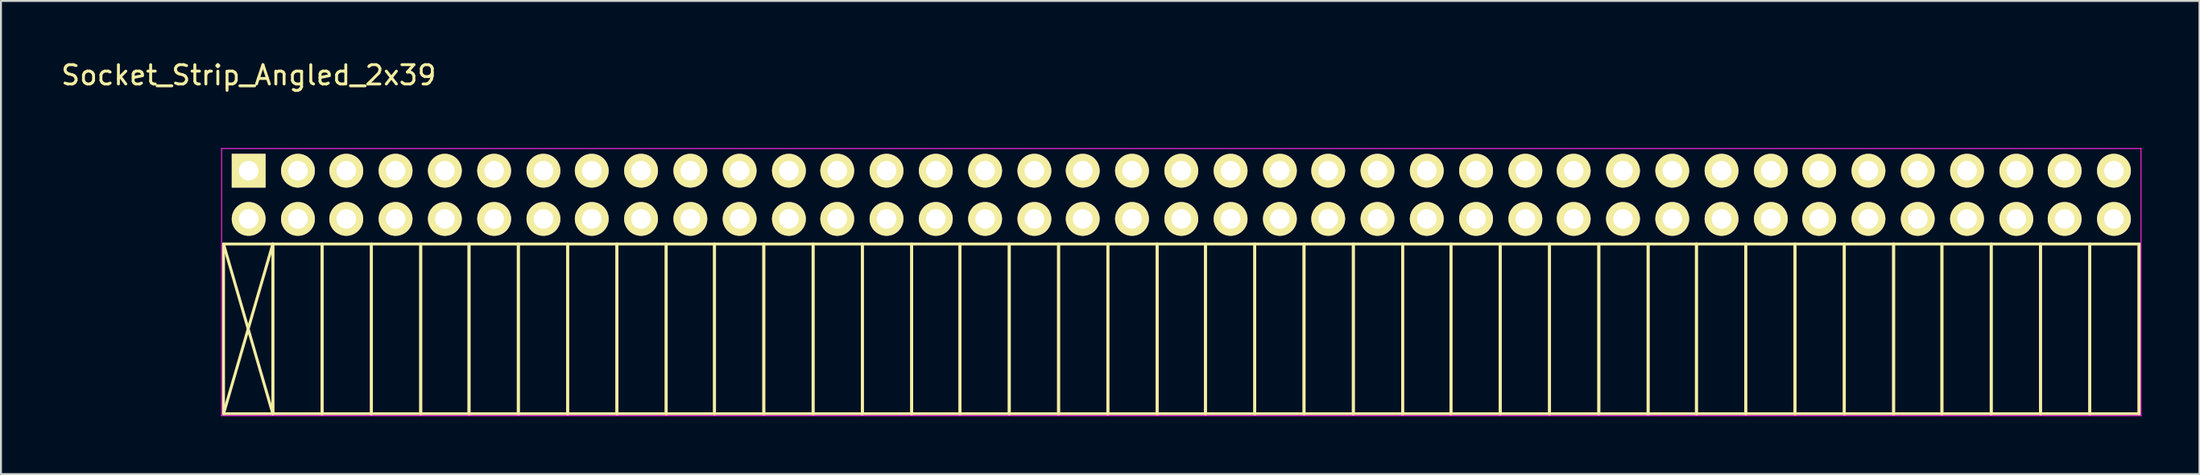
<source format=kicad_pcb>
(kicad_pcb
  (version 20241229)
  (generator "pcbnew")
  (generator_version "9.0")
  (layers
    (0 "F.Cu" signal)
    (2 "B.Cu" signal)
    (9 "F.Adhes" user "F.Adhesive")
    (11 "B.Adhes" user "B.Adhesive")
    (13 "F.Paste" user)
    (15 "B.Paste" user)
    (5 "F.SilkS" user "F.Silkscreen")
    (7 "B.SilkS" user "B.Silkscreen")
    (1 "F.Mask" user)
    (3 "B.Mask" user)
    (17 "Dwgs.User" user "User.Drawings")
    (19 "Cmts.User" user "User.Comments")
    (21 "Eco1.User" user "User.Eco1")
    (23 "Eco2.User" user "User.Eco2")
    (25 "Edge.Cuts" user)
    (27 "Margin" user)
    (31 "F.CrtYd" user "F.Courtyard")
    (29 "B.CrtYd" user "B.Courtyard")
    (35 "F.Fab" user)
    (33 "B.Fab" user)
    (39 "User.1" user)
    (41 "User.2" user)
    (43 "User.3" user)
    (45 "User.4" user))
  (footprint "Socket_Strip_Angled_2x39"
    (layer "F.Cu")
    (at 9.815 5.798)
    (property "Reference" "Socket_Strip_Angled_2x39" (at 0 -4.95 0) (layer "F.SilkS") (effects (font (size 1 1) (thickness 0.15))))
    (attr through_hole)
    (fp_line (start -1.3 3.8) (end -1.3 12.6) (stroke (width 0.15) (type solid)) (layer "F.SilkS"))
    (fp_line (start -1.3 3.8) (end 1.25 3.8) (stroke (width 0.15) (type solid)) (layer "F.SilkS"))
    (fp_line (start -1.3 3.8) (end 1.25 12.6) (stroke (width 0.15) (type solid)) (layer "F.SilkS"))
    (fp_line (start -1.3 12.6) (end 1.25 3.8) (stroke (width 0.15) (type solid)) (layer "F.SilkS"))
    (fp_line (start -1.3 12.6) (end 1.25 12.6) (stroke (width 0.15) (type solid)) (layer "F.SilkS"))
    (fp_line (start 1.25 3.8) (end 1.25 12.6) (stroke (width 0.15) (type solid)) (layer "F.SilkS"))
    (fp_line (start 1.25 3.8) (end 3.8 3.8) (stroke (width 0.15) (type solid)) (layer "F.SilkS"))
    (fp_line (start 1.25 12.6) (end 1.25 3.8) (stroke (width 0.15) (type solid)) (layer "F.SilkS"))
    (fp_line (start 1.25 12.6) (end 3.8 12.6) (stroke (width 0.15) (type solid)) (layer "F.SilkS"))
    (fp_line (start 3.8 3.8) (end 3.8 12.6) (stroke (width 0.15) (type solid)) (layer "F.SilkS"))
    (fp_line (start 3.8 3.8) (end 6.35 3.8) (stroke (width 0.15) (type solid)) (layer "F.SilkS"))
    (fp_line (start 3.8 12.6) (end 3.8 3.8) (stroke (width 0.15) (type solid)) (layer "F.SilkS"))
    (fp_line (start 3.8 12.6) (end 6.35 12.6) (stroke (width 0.15) (type solid)) (layer "F.SilkS"))
    (fp_line (start 6.35 3.8) (end 6.35 12.6) (stroke (width 0.15) (type solid)) (layer "F.SilkS"))
    (fp_line (start 6.35 3.8) (end 8.9 3.8) (stroke (width 0.15) (type solid)) (layer "F.SilkS"))
    (fp_line (start 6.35 12.6) (end 6.35 3.8) (stroke (width 0.15) (type solid)) (layer "F.SilkS"))
    (fp_line (start 6.35 12.6) (end 8.9 12.6) (stroke (width 0.15) (type solid)) (layer "F.SilkS"))
    (fp_line (start 8.9 3.8) (end 8.9 12.6) (stroke (width 0.15) (type solid)) (layer "F.SilkS"))
    (fp_line (start 8.9 3.8) (end 11.4 3.8) (stroke (width 0.15) (type solid)) (layer "F.SilkS"))
    (fp_line (start 8.9 12.6) (end 8.9 3.8) (stroke (width 0.15) (type solid)) (layer "F.SilkS"))
    (fp_line (start 8.9 12.6) (end 11.4 12.6) (stroke (width 0.15) (type solid)) (layer "F.SilkS"))
    (fp_line (start 11.4 3.8) (end 11.4 12.6) (stroke (width 0.15) (type solid)) (layer "F.SilkS"))
    (fp_line (start 11.4 3.8) (end 13.95 3.8) (stroke (width 0.15) (type solid)) (layer "F.SilkS"))
    (fp_line (start 11.4 12.6) (end 11.4 3.8) (stroke (width 0.15) (type solid)) (layer "F.SilkS"))
    (fp_line (start 11.4 12.6) (end 13.95 12.6) (stroke (width 0.15) (type solid)) (layer "F.SilkS"))
    (fp_line (start 13.95 3.8) (end 13.95 12.6) (stroke (width 0.15) (type solid)) (layer "F.SilkS"))
    (fp_line (start 13.95 3.8) (end 16.5 3.8) (stroke (width 0.15) (type solid)) (layer "F.SilkS"))
    (fp_line (start 13.95 12.6) (end 13.95 3.8) (stroke (width 0.15) (type solid)) (layer "F.SilkS"))
    (fp_line (start 13.95 12.6) (end 16.5 12.6) (stroke (width 0.15) (type solid)) (layer "F.SilkS"))
    (fp_line (start 16.5 3.8) (end 16.5 12.6) (stroke (width 0.15) (type solid)) (layer "F.SilkS"))
    (fp_line (start 16.5 3.8) (end 19.05 3.8) (stroke (width 0.15) (type solid)) (layer "F.SilkS"))
    (fp_line (start 16.5 12.6) (end 16.5 3.8) (stroke (width 0.15) (type solid)) (layer "F.SilkS"))
    (fp_line (start 16.5 12.6) (end 19.05 12.6) (stroke (width 0.15) (type solid)) (layer "F.SilkS"))
    (fp_line (start 19.05 3.8) (end 19.05 12.6) (stroke (width 0.15) (type solid)) (layer "F.SilkS"))
    (fp_line (start 19.05 3.8) (end 21.6 3.8) (stroke (width 0.15) (type solid)) (layer "F.SilkS"))
    (fp_line (start 19.05 12.6) (end 19.05 3.8) (stroke (width 0.15) (type solid)) (layer "F.SilkS"))
    (fp_line (start 19.05 12.6) (end 21.6 12.6) (stroke (width 0.15) (type solid)) (layer "F.SilkS"))
    (fp_line (start 21.6 3.8) (end 21.6 12.6) (stroke (width 0.15) (type solid)) (layer "F.SilkS"))
    (fp_line (start 21.6 3.8) (end 24.1 3.8) (stroke (width 0.15) (type solid)) (layer "F.SilkS"))
    (fp_line (start 21.6 12.6) (end 21.6 3.8) (stroke (width 0.15) (type solid)) (layer "F.SilkS"))
    (fp_line (start 21.6 12.6) (end 24.1 12.6) (stroke (width 0.15) (type solid)) (layer "F.SilkS"))
    (fp_line (start 24.1 3.8) (end 24.1 12.6) (stroke (width 0.15) (type solid)) (layer "F.SilkS"))
    (fp_line (start 24.1 3.8) (end 26.65 3.8) (stroke (width 0.15) (type solid)) (layer "F.SilkS"))
    (fp_line (start 24.1 12.6) (end 24.1 3.8) (stroke (width 0.15) (type solid)) (layer "F.SilkS"))
    (fp_line (start 24.1 12.6) (end 26.65 12.6) (stroke (width 0.15) (type solid)) (layer "F.SilkS"))
    (fp_line (start 26.65 3.8) (end 26.65 12.6) (stroke (width 0.15) (type solid)) (layer "F.SilkS"))
    (fp_line (start 26.65 3.8) (end 29.2 3.8) (stroke (width 0.15) (type solid)) (layer "F.SilkS"))
    (fp_line (start 26.65 12.6) (end 26.65 3.8) (stroke (width 0.15) (type solid)) (layer "F.SilkS"))
    (fp_line (start 26.65 12.6) (end 29.2 12.6) (stroke (width 0.15) (type solid)) (layer "F.SilkS"))
    (fp_line (start 29.2 3.8) (end 29.2 12.6) (stroke (width 0.15) (type solid)) (layer "F.SilkS"))
    (fp_line (start 29.2 3.8) (end 31.75 3.8) (stroke (width 0.15) (type solid)) (layer "F.SilkS"))
    (fp_line (start 29.2 12.6) (end 29.2 3.8) (stroke (width 0.15) (type solid)) (layer "F.SilkS"))
    (fp_line (start 29.2 12.6) (end 31.75 12.6) (stroke (width 0.15) (type solid)) (layer "F.SilkS"))
    (fp_line (start 31.75 3.8) (end 31.75 12.6) (stroke (width 0.15) (type solid)) (layer "F.SilkS"))
    (fp_line (start 31.75 3.8) (end 34.3 3.8) (stroke (width 0.15) (type solid)) (layer "F.SilkS"))
    (fp_line (start 31.75 12.6) (end 31.75 3.8) (stroke (width 0.15) (type solid)) (layer "F.SilkS"))
    (fp_line (start 31.75 12.6) (end 34.3 12.6) (stroke (width 0.15) (type solid)) (layer "F.SilkS"))
    (fp_line (start 34.3 3.8) (end 34.3 12.6) (stroke (width 0.15) (type solid)) (layer "F.SilkS"))
    (fp_line (start 34.3 3.8) (end 36.8 3.8) (stroke (width 0.15) (type solid)) (layer "F.SilkS"))
    (fp_line (start 34.3 12.6) (end 34.3 3.8) (stroke (width 0.15) (type solid)) (layer "F.SilkS"))
    (fp_line (start 34.3 12.6) (end 36.8 12.6) (stroke (width 0.15) (type solid)) (layer "F.SilkS"))
    (fp_line (start 36.8 3.8) (end 36.8 12.6) (stroke (width 0.15) (type solid)) (layer "F.SilkS"))
    (fp_line (start 36.8 3.8) (end 39.35 3.8) (stroke (width 0.15) (type solid)) (layer "F.SilkS"))
    (fp_line (start 36.8 12.6) (end 36.8 3.8) (stroke (width 0.15) (type solid)) (layer "F.SilkS"))
    (fp_line (start 36.8 12.6) (end 39.35 12.6) (stroke (width 0.15) (type solid)) (layer "F.SilkS"))
    (fp_line (start 39.35 3.8) (end 39.35 12.6) (stroke (width 0.15) (type solid)) (layer "F.SilkS"))
    (fp_line (start 39.35 3.8) (end 41.9 3.8) (stroke (width 0.15) (type solid)) (layer "F.SilkS"))
    (fp_line (start 39.35 12.6) (end 39.35 3.8) (stroke (width 0.15) (type solid)) (layer "F.SilkS"))
    (fp_line (start 39.35 12.6) (end 41.9 12.6) (stroke (width 0.15) (type solid)) (layer "F.SilkS"))
    (fp_line (start 41.9 3.8) (end 41.9 12.6) (stroke (width 0.15) (type solid)) (layer "F.SilkS"))
    (fp_line (start 41.9 3.8) (end 44.45 3.8) (stroke (width 0.15) (type solid)) (layer "F.SilkS"))
    (fp_line (start 41.9 12.6) (end 41.9 3.8) (stroke (width 0.15) (type solid)) (layer "F.SilkS"))
    (fp_line (start 41.9 12.6) (end 44.45 12.6) (stroke (width 0.15) (type solid)) (layer "F.SilkS"))
    (fp_line (start 44.45 3.8) (end 44.45 12.6) (stroke (width 0.15) (type solid)) (layer "F.SilkS"))
    (fp_line (start 44.45 3.8) (end 47 3.8) (stroke (width 0.15) (type solid)) (layer "F.SilkS"))
    (fp_line (start 44.45 12.6) (end 44.45 3.8) (stroke (width 0.15) (type solid)) (layer "F.SilkS"))
    (fp_line (start 44.45 12.6) (end 47 12.6) (stroke (width 0.15) (type solid)) (layer "F.SilkS"))
    (fp_line (start 47 3.8) (end 47 12.6) (stroke (width 0.15) (type solid)) (layer "F.SilkS"))
    (fp_line (start 47 3.8) (end 49.5 3.8) (stroke (width 0.15) (type solid)) (layer "F.SilkS"))
    (fp_line (start 47 12.6) (end 47 3.8) (stroke (width 0.15) (type solid)) (layer "F.SilkS"))
    (fp_line (start 47 12.6) (end 49.5 12.6) (stroke (width 0.15) (type solid)) (layer "F.SilkS"))
    (fp_line (start 49.5 3.8) (end 49.5 12.6) (stroke (width 0.15) (type solid)) (layer "F.SilkS"))
    (fp_line (start 49.5 3.8) (end 52.05 3.8) (stroke (width 0.15) (type solid)) (layer "F.SilkS"))
    (fp_line (start 49.5 12.6) (end 49.5 3.8) (stroke (width 0.15) (type solid)) (layer "F.SilkS"))
    (fp_line (start 49.5 12.6) (end 52.05 12.6) (stroke (width 0.15) (type solid)) (layer "F.SilkS"))
    (fp_line (start 52.05 3.8) (end 52.05 12.6) (stroke (width 0.15) (type solid)) (layer "F.SilkS"))
    (fp_line (start 52.05 3.8) (end 54.6 3.8) (stroke (width 0.15) (type solid)) (layer "F.SilkS"))
    (fp_line (start 52.05 12.6) (end 52.05 3.8) (stroke (width 0.15) (type solid)) (layer "F.SilkS"))
    (fp_line (start 52.05 12.6) (end 54.6 12.6) (stroke (width 0.15) (type solid)) (layer "F.SilkS"))
    (fp_line (start 54.6 3.8) (end 54.6 12.6) (stroke (width 0.15) (type solid)) (layer "F.SilkS"))
    (fp_line (start 54.6 3.8) (end 57.15 3.8) (stroke (width 0.15) (type solid)) (layer "F.SilkS"))
    (fp_line (start 54.6 12.6) (end 54.6 3.8) (stroke (width 0.15) (type solid)) (layer "F.SilkS"))
    (fp_line (start 54.6 12.6) (end 57.15 12.6) (stroke (width 0.15) (type solid)) (layer "F.SilkS"))
    (fp_line (start 57.15 3.8) (end 57.15 12.6) (stroke (width 0.15) (type solid)) (layer "F.SilkS"))
    (fp_line (start 57.15 3.8) (end 59.7 3.8) (stroke (width 0.15) (type solid)) (layer "F.SilkS"))
    (fp_line (start 57.15 12.6) (end 57.15 3.8) (stroke (width 0.15) (type solid)) (layer "F.SilkS"))
    (fp_line (start 57.15 12.6) (end 59.7 12.6) (stroke (width 0.15) (type solid)) (layer "F.SilkS"))
    (fp_line (start 59.7 3.8) (end 59.7 12.6) (stroke (width 0.15) (type solid)) (layer "F.SilkS"))
    (fp_line (start 59.7 3.8) (end 62.2 3.8) (stroke (width 0.15) (type solid)) (layer "F.SilkS"))
    (fp_line (start 59.7 12.6) (end 59.7 3.8) (stroke (width 0.15) (type solid)) (layer "F.SilkS"))
    (fp_line (start 59.7 12.6) (end 62.2 12.6) (stroke (width 0.15) (type solid)) (layer "F.SilkS"))
    (fp_line (start 62.2 3.8) (end 62.2 12.6) (stroke (width 0.15) (type solid)) (layer "F.SilkS"))
    (fp_line (start 62.2 3.8) (end 64.75 3.8) (stroke (width 0.15) (type solid)) (layer "F.SilkS"))
    (fp_line (start 62.2 12.6) (end 62.2 3.8) (stroke (width 0.15) (type solid)) (layer "F.SilkS"))
    (fp_line (start 62.2 12.6) (end 64.75 12.6) (stroke (width 0.15) (type solid)) (layer "F.SilkS"))
    (fp_line (start 64.75 3.8) (end 64.75 12.6) (stroke (width 0.15) (type solid)) (layer "F.SilkS"))
    (fp_line (start 64.75 3.8) (end 67.3 3.8) (stroke (width 0.15) (type solid)) (layer "F.SilkS"))
    (fp_line (start 64.75 12.6) (end 64.75 3.8) (stroke (width 0.15) (type solid)) (layer "F.SilkS"))
    (fp_line (start 64.75 12.6) (end 67.3 12.6) (stroke (width 0.15) (type solid)) (layer "F.SilkS"))
    (fp_line (start 67.3 3.8) (end 67.3 12.6) (stroke (width 0.15) (type solid)) (layer "F.SilkS"))
    (fp_line (start 67.3 3.8) (end 69.85 3.8) (stroke (width 0.15) (type solid)) (layer "F.SilkS"))
    (fp_line (start 67.3 12.6) (end 67.3 3.8) (stroke (width 0.15) (type solid)) (layer "F.SilkS"))
    (fp_line (start 67.3 12.6) (end 69.85 12.6) (stroke (width 0.15) (type solid)) (layer "F.SilkS"))
    (fp_line (start 69.85 3.8) (end 69.85 12.6) (stroke (width 0.15) (type solid)) (layer "F.SilkS"))
    (fp_line (start 69.85 3.8) (end 72.4 3.8) (stroke (width 0.15) (type solid)) (layer "F.SilkS"))
    (fp_line (start 69.85 12.6) (end 69.85 3.8) (stroke (width 0.15) (type solid)) (layer "F.SilkS"))
    (fp_line (start 69.85 12.6) (end 72.4 12.6) (stroke (width 0.15) (type solid)) (layer "F.SilkS"))
    (fp_line (start 72.4 3.8) (end 72.4 12.6) (stroke (width 0.15) (type solid)) (layer "F.SilkS"))
    (fp_line (start 72.4 3.8) (end 74.9 3.8) (stroke (width 0.15) (type solid)) (layer "F.SilkS"))
    (fp_line (start 72.4 12.6) (end 72.4 3.8) (stroke (width 0.15) (type solid)) (layer "F.SilkS"))
    (fp_line (start 72.4 12.6) (end 74.9 12.6) (stroke (width 0.15) (type solid)) (layer "F.SilkS"))
    (fp_line (start 74.9 3.8) (end 74.9 12.6) (stroke (width 0.15) (type solid)) (layer "F.SilkS"))
    (fp_line (start 74.9 3.8) (end 77.45 3.8) (stroke (width 0.15) (type solid)) (layer "F.SilkS"))
    (fp_line (start 74.9 12.6) (end 74.9 3.8) (stroke (width 0.15) (type solid)) (layer "F.SilkS"))
    (fp_line (start 74.9 12.6) (end 77.45 12.6) (stroke (width 0.15) (type solid)) (layer "F.SilkS"))
    (fp_line (start 77.45 3.8) (end 77.45 12.6) (stroke (width 0.15) (type solid)) (layer "F.SilkS"))
    (fp_line (start 77.45 3.8) (end 80 3.8) (stroke (width 0.15) (type solid)) (layer "F.SilkS"))
    (fp_line (start 77.45 12.6) (end 77.45 3.8) (stroke (width 0.15) (type solid)) (layer "F.SilkS"))
    (fp_line (start 77.45 12.6) (end 80 12.6) (stroke (width 0.15) (type solid)) (layer "F.SilkS"))
    (fp_line (start 80 3.8) (end 80 12.6) (stroke (width 0.15) (type solid)) (layer "F.SilkS"))
    (fp_line (start 80 3.8) (end 82.55 3.8) (stroke (width 0.15) (type solid)) (layer "F.SilkS"))
    (fp_line (start 80 12.6) (end 80 3.8) (stroke (width 0.15) (type solid)) (layer "F.SilkS"))
    (fp_line (start 80 12.6) (end 82.55 12.6) (stroke (width 0.15) (type solid)) (layer "F.SilkS"))
    (fp_line (start 82.55 3.8) (end 82.55 12.6) (stroke (width 0.15) (type solid)) (layer "F.SilkS"))
    (fp_line (start 82.55 3.8) (end 85.1 3.8) (stroke (width 0.15) (type solid)) (layer "F.SilkS"))
    (fp_line (start 82.55 12.6) (end 82.55 3.8) (stroke (width 0.15) (type solid)) (layer "F.SilkS"))
    (fp_line (start 82.55 12.6) (end 85.1 12.6) (stroke (width 0.15) (type solid)) (layer "F.SilkS"))
    (fp_line (start 85.1 3.8) (end 85.1 12.6) (stroke (width 0.15) (type solid)) (layer "F.SilkS"))
    (fp_line (start 85.1 3.8) (end 87.6 3.8) (stroke (width 0.15) (type solid)) (layer "F.SilkS"))
    (fp_line (start 85.1 12.6) (end 85.1 3.8) (stroke (width 0.15) (type solid)) (layer "F.SilkS"))
    (fp_line (start 85.1 12.6) (end 87.6 12.6) (stroke (width 0.15) (type solid)) (layer "F.SilkS"))
    (fp_line (start 87.6 3.8) (end 87.6 12.6) (stroke (width 0.15) (type solid)) (layer "F.SilkS"))
    (fp_line (start 87.6 3.8) (end 90.15 3.8) (stroke (width 0.15) (type solid)) (layer "F.SilkS"))
    (fp_line (start 87.6 12.6) (end 87.6 3.8) (stroke (width 0.15) (type solid)) (layer "F.SilkS"))
    (fp_line (start 87.6 12.6) (end 90.15 12.6) (stroke (width 0.15) (type solid)) (layer "F.SilkS"))
    (fp_line (start 90.15 3.8) (end 90.15 12.6) (stroke (width 0.15) (type solid)) (layer "F.SilkS"))
    (fp_line (start 90.15 3.8) (end 92.7 3.8) (stroke (width 0.15) (type solid)) (layer "F.SilkS"))
    (fp_line (start 90.15 12.6) (end 90.15 3.8) (stroke (width 0.15) (type solid)) (layer "F.SilkS"))
    (fp_line (start 90.15 12.6) (end 92.7 12.6) (stroke (width 0.15) (type solid)) (layer "F.SilkS"))
    (fp_line (start 92.7 3.8) (end 92.7 12.6) (stroke (width 0.15) (type solid)) (layer "F.SilkS"))
    (fp_line (start 92.7 3.8) (end 95.25 3.8) (stroke (width 0.15) (type solid)) (layer "F.SilkS"))
    (fp_line (start 92.7 12.6) (end 92.7 3.8) (stroke (width 0.15) (type solid)) (layer "F.SilkS"))
    (fp_line (start 92.7 12.6) (end 95.25 12.6) (stroke (width 0.15) (type solid)) (layer "F.SilkS"))
    (fp_line (start 95.25 3.8) (end 95.25 12.6) (stroke (width 0.15) (type solid)) (layer "F.SilkS"))
    (fp_line (start 95.25 3.8) (end 97.8 3.8) (stroke (width 0.15) (type solid)) (layer "F.SilkS"))
    (fp_line (start 95.25 12.6) (end 95.25 3.8) (stroke (width 0.15) (type solid)) (layer "F.SilkS"))
    (fp_line (start 95.25 12.6) (end 97.8 12.6) (stroke (width 0.15) (type solid)) (layer "F.SilkS"))
    (fp_line (start 97.8 3.8) (end 97.8 12.6) (stroke (width 0.15) (type solid)) (layer "F.SilkS"))
    (fp_line (start 97.8 12.6) (end 97.8 3.8) (stroke (width 0.15) (type solid)) (layer "F.SilkS"))
    (fp_line (start -1.4 -1.15) (end -1.4 12.7) (stroke (width 0.05) (type solid)) (layer "F.CrtYd"))
    (fp_line (start -1.4 -1.15) (end 97.9 -1.15) (stroke (width 0.05) (type solid)) (layer "F.CrtYd"))
    (fp_line (start -1.4 12.7) (end 97.9 12.7) (stroke (width 0.05) (type solid)) (layer "F.CrtYd"))
    (fp_line (start 97.9 -1.15) (end 97.9 12.7) (stroke (width 0.05) (type solid)) (layer "F.CrtYd"))
    (pad "1" thru_hole rect (at 0 0) (size 1.75 1.75) (drill 1.016) (layers "*.Cu" "*.Mask" "F.SilkS"))
    (pad "2" thru_hole oval (at 0 2.5) (size 1.75 1.75) (drill 1.016) (layers "*.Cu" "*.Mask" "F.SilkS"))
    (pad "3" thru_hole oval (at 2.55 0) (size 1.75 1.75) (drill 1.016) (layers "*.Cu" "*.Mask" "F.SilkS"))
    (pad "4" thru_hole oval (at 2.55 2.5) (size 1.75 1.75) (drill 1.016) (layers "*.Cu" "*.Mask" "F.SilkS"))
    (pad "5" thru_hole oval (at 5.05 0) (size 1.75 1.75) (drill 1.016) (layers "*.Cu" "*.Mask" "F.SilkS"))
    (pad "6" thru_hole oval (at 5.05 2.5) (size 1.75 1.75) (drill 1.016) (layers "*.Cu" "*.Mask" "F.SilkS"))
    (pad "7" thru_hole oval (at 7.6 0) (size 1.75 1.75) (drill 1.016) (layers "*.Cu" "*.Mask" "F.SilkS"))
    (pad "8" thru_hole oval (at 7.6 2.5) (size 1.75 1.75) (drill 1.016) (layers "*.Cu" "*.Mask" "F.SilkS"))
    (pad "9" thru_hole oval (at 10.15 0) (size 1.75 1.75) (drill 1.016) (layers "*.Cu" "*.Mask" "F.SilkS"))
    (pad "10" thru_hole oval (at 10.15 2.5) (size 1.75 1.75) (drill 1.016) (layers "*.Cu" "*.Mask" "F.SilkS"))
    (pad "11" thru_hole oval (at 12.7 0) (size 1.75 1.75) (drill 1.016) (layers "*.Cu" "*.Mask" "F.SilkS"))
    (pad "12" thru_hole oval (at 12.7 2.5) (size 1.75 1.75) (drill 1.016) (layers "*.Cu" "*.Mask" "F.SilkS"))
    (pad "13" thru_hole oval (at 15.25 0) (size 1.75 1.75) (drill 1.016) (layers "*.Cu" "*.Mask" "F.SilkS"))
    (pad "14" thru_hole oval (at 15.25 2.5) (size 1.75 1.75) (drill 1.016) (layers "*.Cu" "*.Mask" "F.SilkS"))
    (pad "15" thru_hole oval (at 17.75 0) (size 1.75 1.75) (drill 1.016) (layers "*.Cu" "*.Mask" "F.SilkS"))
    (pad "16" thru_hole oval (at 17.75 2.5) (size 1.75 1.75) (drill 1.016) (layers "*.Cu" "*.Mask" "F.SilkS"))
    (pad "17" thru_hole oval (at 20.3 0) (size 1.75 1.75) (drill 1.016) (layers "*.Cu" "*.Mask" "F.SilkS"))
    (pad "18" thru_hole oval (at 20.3 2.5) (size 1.75 1.75) (drill 1.016) (layers "*.Cu" "*.Mask" "F.SilkS"))
    (pad "19" thru_hole oval (at 22.85 0) (size 1.75 1.75) (drill 1.016) (layers "*.Cu" "*.Mask" "F.SilkS"))
    (pad "20" thru_hole oval (at 22.85 2.5) (size 1.75 1.75) (drill 1.016) (layers "*.Cu" "*.Mask" "F.SilkS"))
    (pad "21" thru_hole oval (at 25.4 0) (size 1.75 1.75) (drill 1.016) (layers "*.Cu" "*.Mask" "F.SilkS"))
    (pad "22" thru_hole oval (at 25.4 2.5) (size 1.75 1.75) (drill 1.016) (layers "*.Cu" "*.Mask" "F.SilkS"))
    (pad "23" thru_hole oval (at 27.95 0) (size 1.75 1.75) (drill 1.016) (layers "*.Cu" "*.Mask" "F.SilkS"))
    (pad "24" thru_hole oval (at 27.95 2.5) (size 1.75 1.75) (drill 1.016) (layers "*.Cu" "*.Mask" "F.SilkS"))
    (pad "25" thru_hole oval (at 30.45 0) (size 1.75 1.75) (drill 1.016) (layers "*.Cu" "*.Mask" "F.SilkS"))
    (pad "26" thru_hole oval (at 30.45 2.5) (size 1.75 1.75) (drill 1.016) (layers "*.Cu" "*.Mask" "F.SilkS"))
    (pad "27" thru_hole oval (at 33 0) (size 1.75 1.75) (drill 1.016) (layers "*.Cu" "*.Mask" "F.SilkS"))
    (pad "28" thru_hole oval (at 33 2.5) (size 1.75 1.75) (drill 1.016) (layers "*.Cu" "*.Mask" "F.SilkS"))
    (pad "29" thru_hole oval (at 35.55 0) (size 1.75 1.75) (drill 1.016) (layers "*.Cu" "*.Mask" "F.SilkS"))
    (pad "30" thru_hole oval (at 35.55 2.5) (size 1.75 1.75) (drill 1.016) (layers "*.Cu" "*.Mask" "F.SilkS"))
    (pad "31" thru_hole oval (at 38.1 0) (size 1.75 1.75) (drill 1.016) (layers "*.Cu" "*.Mask" "F.SilkS"))
    (pad "32" thru_hole oval (at 38.1 2.5) (size 1.75 1.75) (drill 1.016) (layers "*.Cu" "*.Mask" "F.SilkS"))
    (pad "33" thru_hole oval (at 40.65 0) (size 1.75 1.75) (drill 1.016) (layers "*.Cu" "*.Mask" "F.SilkS"))
    (pad "34" thru_hole oval (at 40.65 2.5) (size 1.75 1.75) (drill 1.016) (layers "*.Cu" "*.Mask" "F.SilkS"))
    (pad "35" thru_hole oval (at 43.15 0) (size 1.75 1.75) (drill 1.016) (layers "*.Cu" "*.Mask" "F.SilkS"))
    (pad "36" thru_hole oval (at 43.15 2.5) (size 1.75 1.75) (drill 1.016) (layers "*.Cu" "*.Mask" "F.SilkS"))
    (pad "37" thru_hole oval (at 45.7 0) (size 1.75 1.75) (drill 1.016) (layers "*.Cu" "*.Mask" "F.SilkS"))
    (pad "38" thru_hole oval (at 45.7 2.5) (size 1.75 1.75) (drill 1.016) (layers "*.Cu" "*.Mask" "F.SilkS"))
    (pad "39" thru_hole oval (at 48.25 0) (size 1.75 1.75) (drill 1.016) (layers "*.Cu" "*.Mask" "F.SilkS"))
    (pad "40" thru_hole oval (at 48.25 2.5) (size 1.75 1.75) (drill 1.016) (layers "*.Cu" "*.Mask" "F.SilkS"))
    (pad "41" thru_hole oval (at 50.8 0) (size 1.75 1.75) (drill 1.016) (layers "*.Cu" "*.Mask" "F.SilkS"))
    (pad "42" thru_hole oval (at 50.8 2.5) (size 1.75 1.75) (drill 1.016) (layers "*.Cu" "*.Mask" "F.SilkS"))
    (pad "43" thru_hole oval (at 53.35 0) (size 1.75 1.75) (drill 1.016) (layers "*.Cu" "*.Mask" "F.SilkS"))
    (pad "44" thru_hole oval (at 53.35 2.5) (size 1.75 1.75) (drill 1.016) (layers "*.Cu" "*.Mask" "F.SilkS"))
    (pad "45" thru_hole oval (at 55.85 0) (size 1.75 1.75) (drill 1.016) (layers "*.Cu" "*.Mask" "F.SilkS"))
    (pad "46" thru_hole oval (at 55.85 2.5) (size 1.75 1.75) (drill 1.016) (layers "*.Cu" "*.Mask" "F.SilkS"))
    (pad "47" thru_hole oval (at 58.4 0) (size 1.75 1.75) (drill 1.016) (layers "*.Cu" "*.Mask" "F.SilkS"))
    (pad "48" thru_hole oval (at 58.4 2.5) (size 1.75 1.75) (drill 1.016) (layers "*.Cu" "*.Mask" "F.SilkS"))
    (pad "49" thru_hole oval (at 60.95 0) (size 1.75 1.75) (drill 1.016) (layers "*.Cu" "*.Mask" "F.SilkS"))
    (pad "50" thru_hole oval (at 60.95 2.5) (size 1.75 1.75) (drill 1.016) (layers "*.Cu" "*.Mask" "F.SilkS"))
    (pad "51" thru_hole oval (at 63.5 0) (size 1.75 1.75) (drill 1.016) (layers "*.Cu" "*.Mask" "F.SilkS"))
    (pad "52" thru_hole oval (at 63.5 2.5) (size 1.75 1.75) (drill 1.016) (layers "*.Cu" "*.Mask" "F.SilkS"))
    (pad "53" thru_hole oval (at 66.05 0) (size 1.75 1.75) (drill 1.016) (layers "*.Cu" "*.Mask" "F.SilkS"))
    (pad "54" thru_hole oval (at 66.05 2.5) (size 1.75 1.75) (drill 1.016) (layers "*.Cu" "*.Mask" "F.SilkS"))
    (pad "55" thru_hole oval (at 68.55 0) (size 1.75 1.75) (drill 1.016) (layers "*.Cu" "*.Mask" "F.SilkS"))
    (pad "56" thru_hole oval (at 68.55 2.5) (size 1.75 1.75) (drill 1.016) (layers "*.Cu" "*.Mask" "F.SilkS"))
    (pad "57" thru_hole oval (at 71.1 0) (size 1.75 1.75) (drill 1.016) (layers "*.Cu" "*.Mask" "F.SilkS"))
    (pad "58" thru_hole oval (at 71.1 2.5) (size 1.75 1.75) (drill 1.016) (layers "*.Cu" "*.Mask" "F.SilkS"))
    (pad "59" thru_hole oval (at 73.65 0) (size 1.75 1.75) (drill 1.016) (layers "*.Cu" "*.Mask" "F.SilkS"))
    (pad "60" thru_hole oval (at 73.65 2.5) (size 1.75 1.75) (drill 1.016) (layers "*.Cu" "*.Mask" "F.SilkS"))
    (pad "61" thru_hole oval (at 76.2 0) (size 1.75 1.75) (drill 1.016) (layers "*.Cu" "*.Mask" "F.SilkS"))
    (pad "62" thru_hole oval (at 76.2 2.5) (size 1.75 1.75) (drill 1.016) (layers "*.Cu" "*.Mask" "F.SilkS"))
    (pad "63" thru_hole oval (at 78.75 0) (size 1.75 1.75) (drill 1.016) (layers "*.Cu" "*.Mask" "F.SilkS"))
    (pad "64" thru_hole oval (at 78.75 2.5) (size 1.75 1.75) (drill 1.016) (layers "*.Cu" "*.Mask" "F.SilkS"))
    (pad "65" thru_hole oval (at 81.25 0) (size 1.75 1.75) (drill 1.016) (layers "*.Cu" "*.Mask" "F.SilkS"))
    (pad "66" thru_hole oval (at 81.25 2.5) (size 1.75 1.75) (drill 1.016) (layers "*.Cu" "*.Mask" "F.SilkS"))
    (pad "67" thru_hole oval (at 83.8 0) (size 1.75 1.75) (drill 1.016) (layers "*.Cu" "*.Mask" "F.SilkS"))
    (pad "68" thru_hole oval (at 83.8 2.5) (size 1.75 1.75) (drill 1.016) (layers "*.Cu" "*.Mask" "F.SilkS"))
    (pad "69" thru_hole oval (at 86.35 0) (size 1.75 1.75) (drill 1.016) (layers "*.Cu" "*.Mask" "F.SilkS"))
    (pad "70" thru_hole oval (at 86.35 2.5) (size 1.75 1.75) (drill 1.016) (layers "*.Cu" "*.Mask" "F.SilkS"))
    (pad "71" thru_hole oval (at 88.9 0) (size 1.75 1.75) (drill 1.016) (layers "*.Cu" "*.Mask" "F.SilkS"))
    (pad "72" thru_hole oval (at 88.9 2.5) (size 1.75 1.75) (drill 1.016) (layers "*.Cu" "*.Mask" "F.SilkS"))
    (pad "73" thru_hole oval (at 91.45 0) (size 1.75 1.75) (drill 1.016) (layers "*.Cu" "*.Mask" "F.SilkS"))
    (pad "74" thru_hole oval (at 91.45 2.5) (size 1.75 1.75) (drill 1.016) (layers "*.Cu" "*.Mask" "F.SilkS"))
    (pad "75" thru_hole oval (at 93.95 0) (size 1.75 1.75) (drill 1.016) (layers "*.Cu" "*.Mask" "F.SilkS"))
    (pad "76" thru_hole oval (at 93.95 2.5) (size 1.75 1.75) (drill 1.016) (layers "*.Cu" "*.Mask" "F.SilkS"))
    (pad "77" thru_hole oval (at 96.5 0) (size 1.75 1.75) (drill 1.016) (layers "*.Cu" "*.Mask" "F.SilkS"))
    (pad "78" thru_hole oval (at 96.5 2.5) (size 1.75 1.75) (drill 1.016) (layers "*.Cu" "*.Mask" "F.SilkS")))
  (gr_rect
    (start -3 -3)
    (end 110.74 21.523)
    (stroke (width 0.1) (type default))
    (fill no)
    (layer "Edge.Cuts")))
</source>
